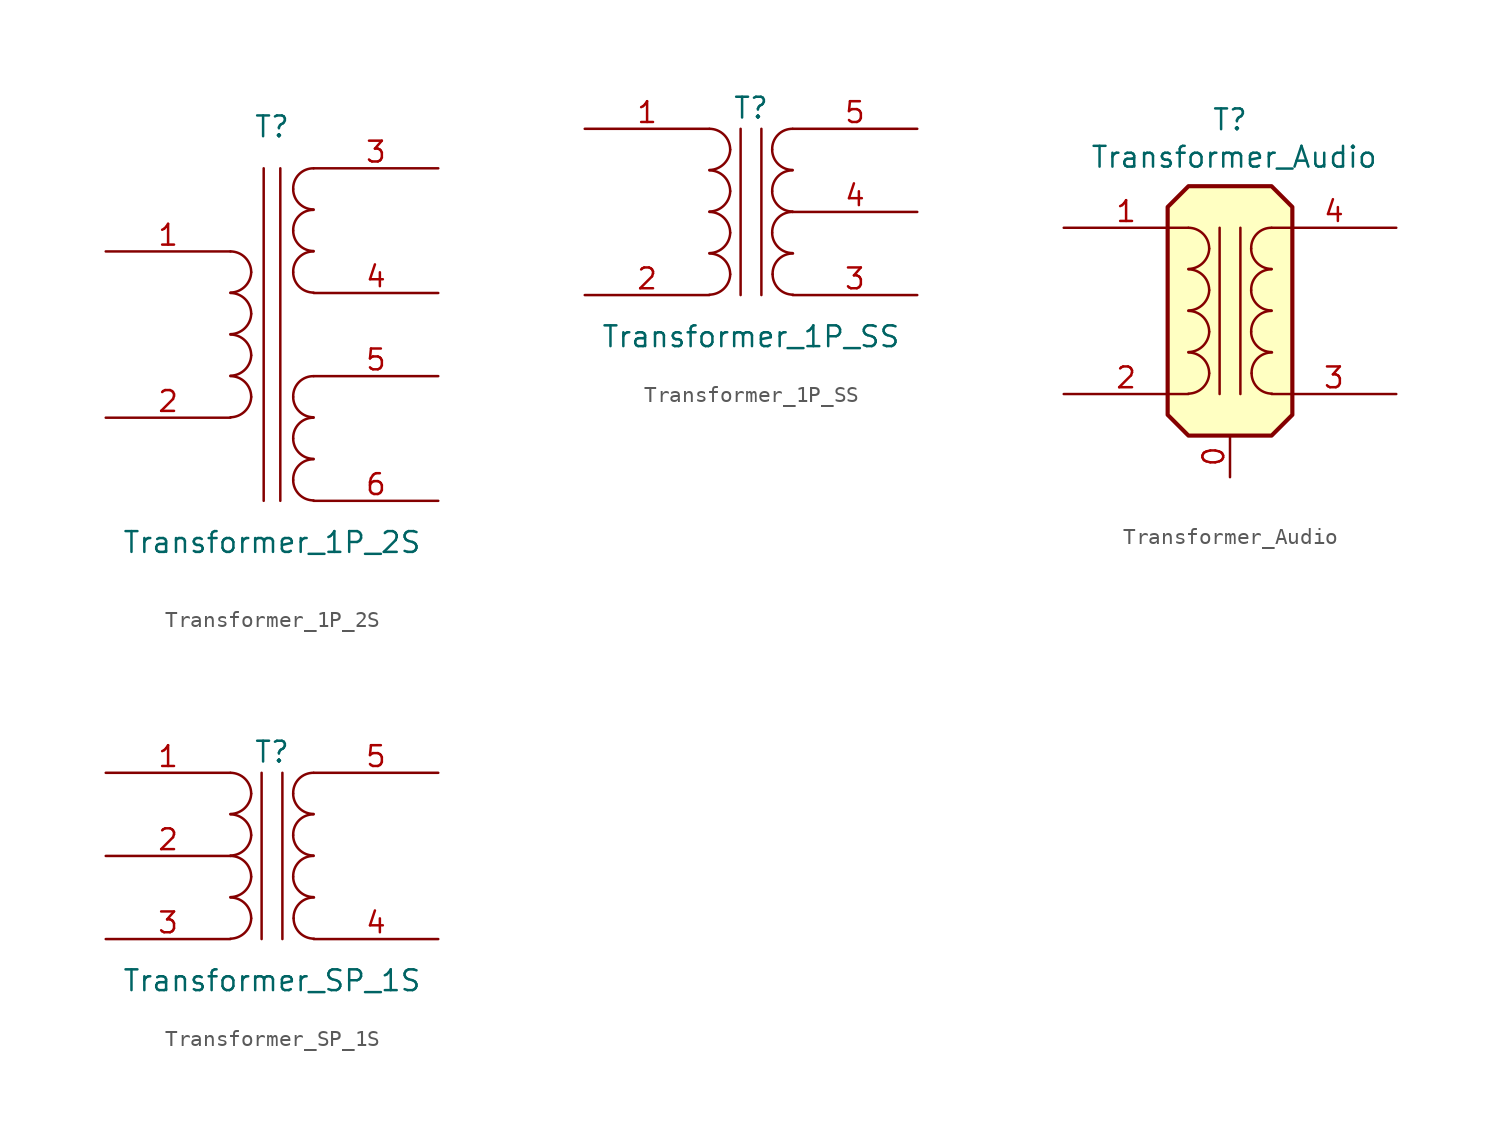
<source format=kicad_sym>
(kicad_symbol_lib
  (version 20211014)
  (generator kicad_symbol_editor)
  (symbol "Transformer_1P_2S"
    (pin_names
      (offset 1.016) hide)
    (property "Reference" "T"
      (at 0 12.7 0)
      (effects (font (size 1.27 1.27))))
    (property "Value" "Transformer_1P_2S"
      (at 0 -12.7 0)
      (effects (font (size 1.27 1.27))))
    (symbol "Transformer_1P_2S_0_1"
      (arc (start -2.54 -5.0546) (mid -1.6599 -4.6901) (end -1.27 -3.81) (stroke (width 0) (type default) (color 0 0 0 0)) (fill (type none)))
      (arc (start -2.54 -2.5146) (mid -1.6599 -2.1501) (end -1.27 -1.27) (stroke (width 0) (type default) (color 0 0 0 0)) (fill (type none)))
      (arc (start -2.54 0.0254) (mid -1.6599 0.3899) (end -1.27 1.27) (stroke (width 0) (type default) (color 0 0 0 0)) (fill (type none)))
      (arc (start -2.54 2.5654) (mid -1.6599 2.9299) (end -1.27 3.81) (stroke (width 0) (type default) (color 0 0 0 0)) (fill (type none)))
      (arc (start -1.27 -3.81) (mid -1.642 -2.912) (end -2.54 -2.54) (stroke (width 0) (type default) (color 0 0 0 0)) (fill (type none)))
      (arc (start -1.27 -1.27) (mid -1.642 -0.372) (end -2.54 0) (stroke (width 0) (type default) (color 0 0 0 0)) (fill (type none)))
      (arc (start -1.27 1.27) (mid -1.642 2.168) (end -2.54 2.54) (stroke (width 0) (type default) (color 0 0 0 0)) (fill (type none)))
      (arc (start -1.27 3.81) (mid -1.642 4.708) (end -2.54 5.08) (stroke (width 0) (type default) (color 0 0 0 0)) (fill (type none)))
      (polyline (pts (xy -0.508 -10.16) (xy -0.508 10.16)) (stroke (width 0) (type default) (color 0 0 0 0)) (fill (type none)))
      (polyline (pts (xy 0.508 10.16) (xy 0.508 -10.16)) (stroke (width 0) (type default) (color 0 0 0 0)) (fill (type none)))
      (arc (start 1.2954 -8.89) (mid 1.6599 -9.7701) (end 2.54 -10.1346) (stroke (width 0) (type default) (color 0 0 0 0)) (fill (type none)))
      (arc (start 1.2954 -6.35) (mid 1.6599 -7.2301) (end 2.54 -7.5946) (stroke (width 0) (type default) (color 0 0 0 0)) (fill (type none)))
      (arc (start 1.2954 -3.81) (mid 1.6599 -4.6901) (end 2.54 -5.0546) (stroke (width 0) (type default) (color 0 0 0 0)) (fill (type none)))
      (arc (start 1.2954 3.81) (mid 1.6599 2.9299) (end 2.54 2.5654) (stroke (width 0) (type default) (color 0 0 0 0)) (fill (type none)))
      (arc (start 1.2954 6.35) (mid 1.6599 5.4699) (end 2.54 5.1054) (stroke (width 0) (type default) (color 0 0 0 0)) (fill (type none)))
      (arc (start 1.2954 8.89) (mid 1.6599 8.0099) (end 2.54 7.6454) (stroke (width 0) (type default) (color 0 0 0 0)) (fill (type none)))
      (arc (start 2.54 -7.62) (mid 1.642 -7.992) (end 1.2954 -8.89) (stroke (width 0) (type default) (color 0 0 0 0)) (fill (type none)))
      (arc (start 2.54 -5.08) (mid 1.642 -5.452) (end 1.2954 -6.35) (stroke (width 0) (type default) (color 0 0 0 0)) (fill (type none)))
      (arc (start 2.54 -2.54) (mid 1.642 -2.912) (end 1.2954 -3.81) (stroke (width 0) (type default) (color 0 0 0 0)) (fill (type none)))
      (arc (start 2.54 5.08) (mid 1.642 4.708) (end 1.2954 3.81) (stroke (width 0) (type default) (color 0 0 0 0)) (fill (type none)))
      (arc (start 2.54 7.62) (mid 1.642 7.248) (end 1.2954 6.35) (stroke (width 0) (type default) (color 0 0 0 0)) (fill (type none)))
      (arc (start 2.54 10.16) (mid 1.642 9.788) (end 1.2954 8.89) (stroke (width 0) (type default) (color 0 0 0 0)) (fill (type none))))
    (symbol "Transformer_1P_2S_1_1"
      (pin passive line (at -10.16 5.08 0) (length 7.62) (name "AA" (effects (font (size 1.27 1.27)))) (number "1" (effects (font (size 1.27 1.27)))))
      (pin passive line (at -10.16 -5.08 0) (length 7.62) (name "AB" (effects (font (size 1.27 1.27)))) (number "2" (effects (font (size 1.27 1.27)))))
      (pin passive line (at 10.16 10.16 180) (length 7.62) (name "SA" (effects (font (size 1.27 1.27)))) (number "3" (effects (font (size 1.27 1.27)))))
      (pin passive line (at 10.16 2.54 180) (length 7.62) (name "SB" (effects (font (size 1.27 1.27)))) (number "4" (effects (font (size 1.27 1.27)))))
      (pin passive line (at 10.16 -2.54 180) (length 7.62) (name "SC" (effects (font (size 1.27 1.27)))) (number "5" (effects (font (size 1.27 1.27)))))
      (pin passive line (at 10.16 -10.16 180) (length 7.62) (name "SD" (effects (font (size 1.27 1.27)))) (number "6" (effects (font (size 1.27 1.27)))))))
  (symbol "Transformer_1P_SS"
    (pin_names
      (offset 1.016) hide)
    (property "Reference" "T"
      (at 0 6.35 0)
      (effects (font (size 1.27 1.27))))
    (property "Value" "Transformer_1P_SS"
      (at 0 -7.62 0)
      (effects (font (size 1.27 1.27))))
    (symbol "Transformer_1P_SS_0_1"
      (arc (start -2.54 -5.0546) (mid -1.6599 -4.6901) (end -1.27 -3.81) (stroke (width 0) (type default) (color 0 0 0 0)) (fill (type none)))
      (arc (start -2.54 -2.5146) (mid -1.6599 -2.1501) (end -1.27 -1.27) (stroke (width 0) (type default) (color 0 0 0 0)) (fill (type none)))
      (arc (start -2.54 0.0254) (mid -1.6599 0.3899) (end -1.27 1.27) (stroke (width 0) (type default) (color 0 0 0 0)) (fill (type none)))
      (arc (start -2.54 2.5654) (mid -1.6599 2.9299) (end -1.27 3.81) (stroke (width 0) (type default) (color 0 0 0 0)) (fill (type none)))
      (arc (start -1.27 -3.81) (mid -1.642 -2.912) (end -2.54 -2.54) (stroke (width 0) (type default) (color 0 0 0 0)) (fill (type none)))
      (arc (start -1.27 -1.27) (mid -1.642 -0.372) (end -2.54 0) (stroke (width 0) (type default) (color 0 0 0 0)) (fill (type none)))
      (arc (start -1.27 1.27) (mid -1.642 2.168) (end -2.54 2.54) (stroke (width 0) (type default) (color 0 0 0 0)) (fill (type none)))
      (arc (start -1.27 3.81) (mid -1.642 4.708) (end -2.54 5.08) (stroke (width 0) (type default) (color 0 0 0 0)) (fill (type none)))
      (polyline (pts (xy -0.635 5.08) (xy -0.635 -5.08)) (stroke (width 0) (type default) (color 0 0 0 0)) (fill (type none)))
      (polyline (pts (xy 0.635 -5.08) (xy 0.635 5.08)) (stroke (width 0) (type default) (color 0 0 0 0)) (fill (type none)))
      (arc (start 1.2954 -1.27) (mid 1.6599 -2.1501) (end 2.54 -2.5146) (stroke (width 0) (type default) (color 0 0 0 0)) (fill (type none)))
      (arc (start 1.2954 1.27) (mid 1.6599 0.3899) (end 2.54 0.0254) (stroke (width 0) (type default) (color 0 0 0 0)) (fill (type none)))
      (arc (start 1.2954 3.81) (mid 1.6599 2.9299) (end 2.54 2.5654) (stroke (width 0) (type default) (color 0 0 0 0)) (fill (type none)))
      (arc (start 1.3208 -3.81) (mid 1.6853 -4.6901) (end 2.5654 -5.0546) (stroke (width 0) (type default) (color 0 0 0 0)) (fill (type none)))
      (arc (start 2.54 0) (mid 1.642 -0.372) (end 1.2954 -1.27) (stroke (width 0) (type default) (color 0 0 0 0)) (fill (type none)))
      (arc (start 2.54 2.54) (mid 1.642 2.168) (end 1.2954 1.27) (stroke (width 0) (type default) (color 0 0 0 0)) (fill (type none)))
      (arc (start 2.54 5.08) (mid 1.642 4.708) (end 1.2954 3.81) (stroke (width 0) (type default) (color 0 0 0 0)) (fill (type none)))
      (arc (start 2.5654 -2.54) (mid 1.6674 -2.912) (end 1.3208 -3.81) (stroke (width 0) (type default) (color 0 0 0 0)) (fill (type none))))
    (symbol "Transformer_1P_SS_1_1"
      (pin passive line (at -10.16 5.08 0) (length 7.62) (name "AA" (effects (font (size 1.27 1.27)))) (number "1" (effects (font (size 1.27 1.27)))))
      (pin passive line (at -10.16 -5.08 0) (length 7.62) (name "AB" (effects (font (size 1.27 1.27)))) (number "2" (effects (font (size 1.27 1.27)))))
      (pin passive line (at 10.16 -5.08 180) (length 7.62) (name "SA" (effects (font (size 1.27 1.27)))) (number "3" (effects (font (size 1.27 1.27)))))
      (pin passive line (at 10.16 0 180) (length 7.62) (name "SC" (effects (font (size 1.27 1.27)))) (number "4" (effects (font (size 1.27 1.27)))))
      (pin passive line (at 10.16 5.08 180) (length 7.62) (name "SB" (effects (font (size 1.27 1.27)))) (number "5" (effects (font (size 1.27 1.27)))))))
  (symbol "Transformer_Audio"
    (pin_names
      (offset 1.016) hide)
    (property "Reference" "T"
      (at 0 11.684 0)
      (effects (font (size 1.27 1.27))))
    (property "Value" "Transformer_Audio"
      (at 0.254 9.398 0)
      (effects (font (size 1.27 1.27))))
    (symbol "Transformer_Audio_0_1"
      (arc (start -2.54 -5.0546) (mid -1.6599 -4.6901) (end -1.27 -3.81) (stroke (width 0) (type default) (color 0 0 0 0)) (fill (type none)))
      (arc (start -2.54 -2.5146) (mid -1.6599 -2.1501) (end -1.27 -1.27) (stroke (width 0) (type default) (color 0 0 0 0)) (fill (type none)))
      (arc (start -2.54 0.0254) (mid -1.6599 0.3899) (end -1.27 1.27) (stroke (width 0) (type default) (color 0 0 0 0)) (fill (type none)))
      (arc (start -2.54 2.5654) (mid -1.6599 2.9299) (end -1.27 3.81) (stroke (width 0) (type default) (color 0 0 0 0)) (fill (type none)))
      (arc (start -1.27 -3.81) (mid -1.642 -2.912) (end -2.54 -2.54) (stroke (width 0) (type default) (color 0 0 0 0)) (fill (type none)))
      (arc (start -1.27 -1.27) (mid -1.642 -0.372) (end -2.54 0) (stroke (width 0) (type default) (color 0 0 0 0)) (fill (type none)))
      (arc (start -1.27 1.27) (mid -1.642 2.168) (end -2.54 2.54) (stroke (width 0) (type default) (color 0 0 0 0)) (fill (type none)))
      (arc (start -1.27 3.81) (mid -1.642 4.708) (end -2.54 5.08) (stroke (width 0) (type default) (color 0 0 0 0)) (fill (type none)))
      (polyline (pts (xy -0.635 5.08) (xy -0.635 -5.08)) (stroke (width 0) (type default) (color 0 0 0 0)) (fill (type none)))
      (polyline (pts (xy 0.635 -5.08) (xy 0.635 5.08)) (stroke (width 0) (type default) (color 0 0 0 0)) (fill (type none)))
      (polyline (pts (xy -3.81 6.35) (xy -2.54 7.62) (xy 2.54 7.62) (xy 3.81 6.35) (xy 3.81 -6.35) (xy 2.54 -7.62) (xy -2.54 -7.62) (xy -3.81 -6.35) (xy -3.81 6.35)) (stroke (width 0.254) (type default) (color 0 0 0 0)) (fill (type background)))
      (arc (start 1.2954 -1.27) (mid 1.6599 -2.1501) (end 2.54 -2.5146) (stroke (width 0) (type default) (color 0 0 0 0)) (fill (type none)))
      (arc (start 1.2954 1.27) (mid 1.6599 0.3899) (end 2.54 0.0254) (stroke (width 0) (type default) (color 0 0 0 0)) (fill (type none)))
      (arc (start 1.2954 3.81) (mid 1.6599 2.9299) (end 2.54 2.5654) (stroke (width 0) (type default) (color 0 0 0 0)) (fill (type none)))
      (arc (start 1.3208 -3.81) (mid 1.6853 -4.6901) (end 2.5654 -5.0546) (stroke (width 0) (type default) (color 0 0 0 0)) (fill (type none)))
      (arc (start 2.54 0) (mid 1.642 -0.372) (end 1.2954 -1.27) (stroke (width 0) (type default) (color 0 0 0 0)) (fill (type none)))
      (arc (start 2.54 2.54) (mid 1.642 2.168) (end 1.2954 1.27) (stroke (width 0) (type default) (color 0 0 0 0)) (fill (type none)))
      (arc (start 2.54 5.08) (mid 1.642 4.708) (end 1.2954 3.81) (stroke (width 0) (type default) (color 0 0 0 0)) (fill (type none)))
      (arc (start 2.5654 -2.54) (mid 1.6674 -2.912) (end 1.3208 -3.81) (stroke (width 0) (type default) (color 0 0 0 0)) (fill (type none))))
    (symbol "Transformer_Audio_1_1"
      (pin input line (at 0 -10.16 90) (length 2.54) (name "~" (effects (font (size 1.27 1.27)))) (number "0" (effects (font (size 1.27 1.27)))))
      (pin passive line (at -10.16 5.08 0) (length 7.62) (name "AA" (effects (font (size 1.27 1.27)))) (number "1" (effects (font (size 1.27 1.27)))))
      (pin passive line (at -10.16 -5.08 0) (length 7.62) (name "AB" (effects (font (size 1.27 1.27)))) (number "2" (effects (font (size 1.27 1.27)))))
      (pin passive line (at 10.16 -5.08 180) (length 7.62) (name "SA" (effects (font (size 1.27 1.27)))) (number "3" (effects (font (size 1.27 1.27)))))
      (pin passive line (at 10.16 5.08 180) (length 7.62) (name "SB" (effects (font (size 1.27 1.27)))) (number "4" (effects (font (size 1.27 1.27)))))))
  (symbol "Transformer_SP_1S"
    (pin_names
      (offset 1.016) hide)
    (property "Reference" "T"
      (at 0 6.35 0)
      (effects (font (size 1.27 1.27))))
    (property "Value" "Transformer_SP_1S"
      (at 0 -7.62 0)
      (effects (font (size 1.27 1.27))))
    (symbol "Transformer_SP_1S_0_1"
      (arc (start -2.54 -5.0546) (mid -1.6599 -4.6901) (end -1.27 -3.81) (stroke (width 0) (type default) (color 0 0 0 0)) (fill (type none)))
      (arc (start -2.54 -2.5146) (mid -1.6599 -2.1501) (end -1.27 -1.27) (stroke (width 0) (type default) (color 0 0 0 0)) (fill (type none)))
      (arc (start -2.54 0.0254) (mid -1.6599 0.3899) (end -1.27 1.27) (stroke (width 0) (type default) (color 0 0 0 0)) (fill (type none)))
      (arc (start -2.54 2.5654) (mid -1.6599 2.9299) (end -1.27 3.81) (stroke (width 0) (type default) (color 0 0 0 0)) (fill (type none)))
      (arc (start -1.27 -3.81) (mid -1.642 -2.912) (end -2.54 -2.54) (stroke (width 0) (type default) (color 0 0 0 0)) (fill (type none)))
      (arc (start -1.27 -1.27) (mid -1.642 -0.372) (end -2.54 0) (stroke (width 0) (type default) (color 0 0 0 0)) (fill (type none)))
      (arc (start -1.27 1.27) (mid -1.642 2.168) (end -2.54 2.54) (stroke (width 0) (type default) (color 0 0 0 0)) (fill (type none)))
      (arc (start -1.27 3.81) (mid -1.642 4.708) (end -2.54 5.08) (stroke (width 0) (type default) (color 0 0 0 0)) (fill (type none)))
      (polyline (pts (xy -0.635 5.08) (xy -0.635 -5.08)) (stroke (width 0) (type default) (color 0 0 0 0)) (fill (type none)))
      (polyline (pts (xy 0.635 -5.08) (xy 0.635 5.08)) (stroke (width 0) (type default) (color 0 0 0 0)) (fill (type none)))
      (arc (start 1.2954 -1.27) (mid 1.6599 -2.1501) (end 2.54 -2.5146) (stroke (width 0) (type default) (color 0 0 0 0)) (fill (type none)))
      (arc (start 1.2954 1.27) (mid 1.6599 0.3899) (end 2.54 0.0254) (stroke (width 0) (type default) (color 0 0 0 0)) (fill (type none)))
      (arc (start 1.2954 3.81) (mid 1.6599 2.9299) (end 2.54 2.5654) (stroke (width 0) (type default) (color 0 0 0 0)) (fill (type none)))
      (arc (start 1.3208 -3.81) (mid 1.6853 -4.6901) (end 2.5654 -5.0546) (stroke (width 0) (type default) (color 0 0 0 0)) (fill (type none)))
      (arc (start 2.54 0) (mid 1.642 -0.372) (end 1.2954 -1.27) (stroke (width 0) (type default) (color 0 0 0 0)) (fill (type none)))
      (arc (start 2.54 2.54) (mid 1.642 2.168) (end 1.2954 1.27) (stroke (width 0) (type default) (color 0 0 0 0)) (fill (type none)))
      (arc (start 2.54 5.08) (mid 1.642 4.708) (end 1.2954 3.81) (stroke (width 0) (type default) (color 0 0 0 0)) (fill (type none)))
      (arc (start 2.5654 -2.54) (mid 1.6674 -2.912) (end 1.3208 -3.81) (stroke (width 0) (type default) (color 0 0 0 0)) (fill (type none))))
    (symbol "Transformer_SP_1S_1_1"
      (pin passive line (at -10.16 5.08 0) (length 7.62) (name "PR1" (effects (font (size 1.27 1.27)))) (number "1" (effects (font (size 1.27 1.27)))))
      (pin passive line (at -10.16 0 0) (length 7.62) (name "PM" (effects (font (size 1.27 1.27)))) (number "2" (effects (font (size 1.27 1.27)))))
      (pin passive line (at -10.16 -5.08 0) (length 7.62) (name "PR2" (effects (font (size 1.27 1.27)))) (number "3" (effects (font (size 1.27 1.27)))))
      (pin passive line (at 10.16 -5.08 180) (length 7.62) (name "S1" (effects (font (size 1.27 1.27)))) (number "4" (effects (font (size 1.27 1.27)))))
      (pin passive line (at 10.16 5.08 180) (length 7.62) (name "S2" (effects (font (size 1.27 1.27)))) (number "5" (effects (font (size 1.27 1.27))))))))
</source>
